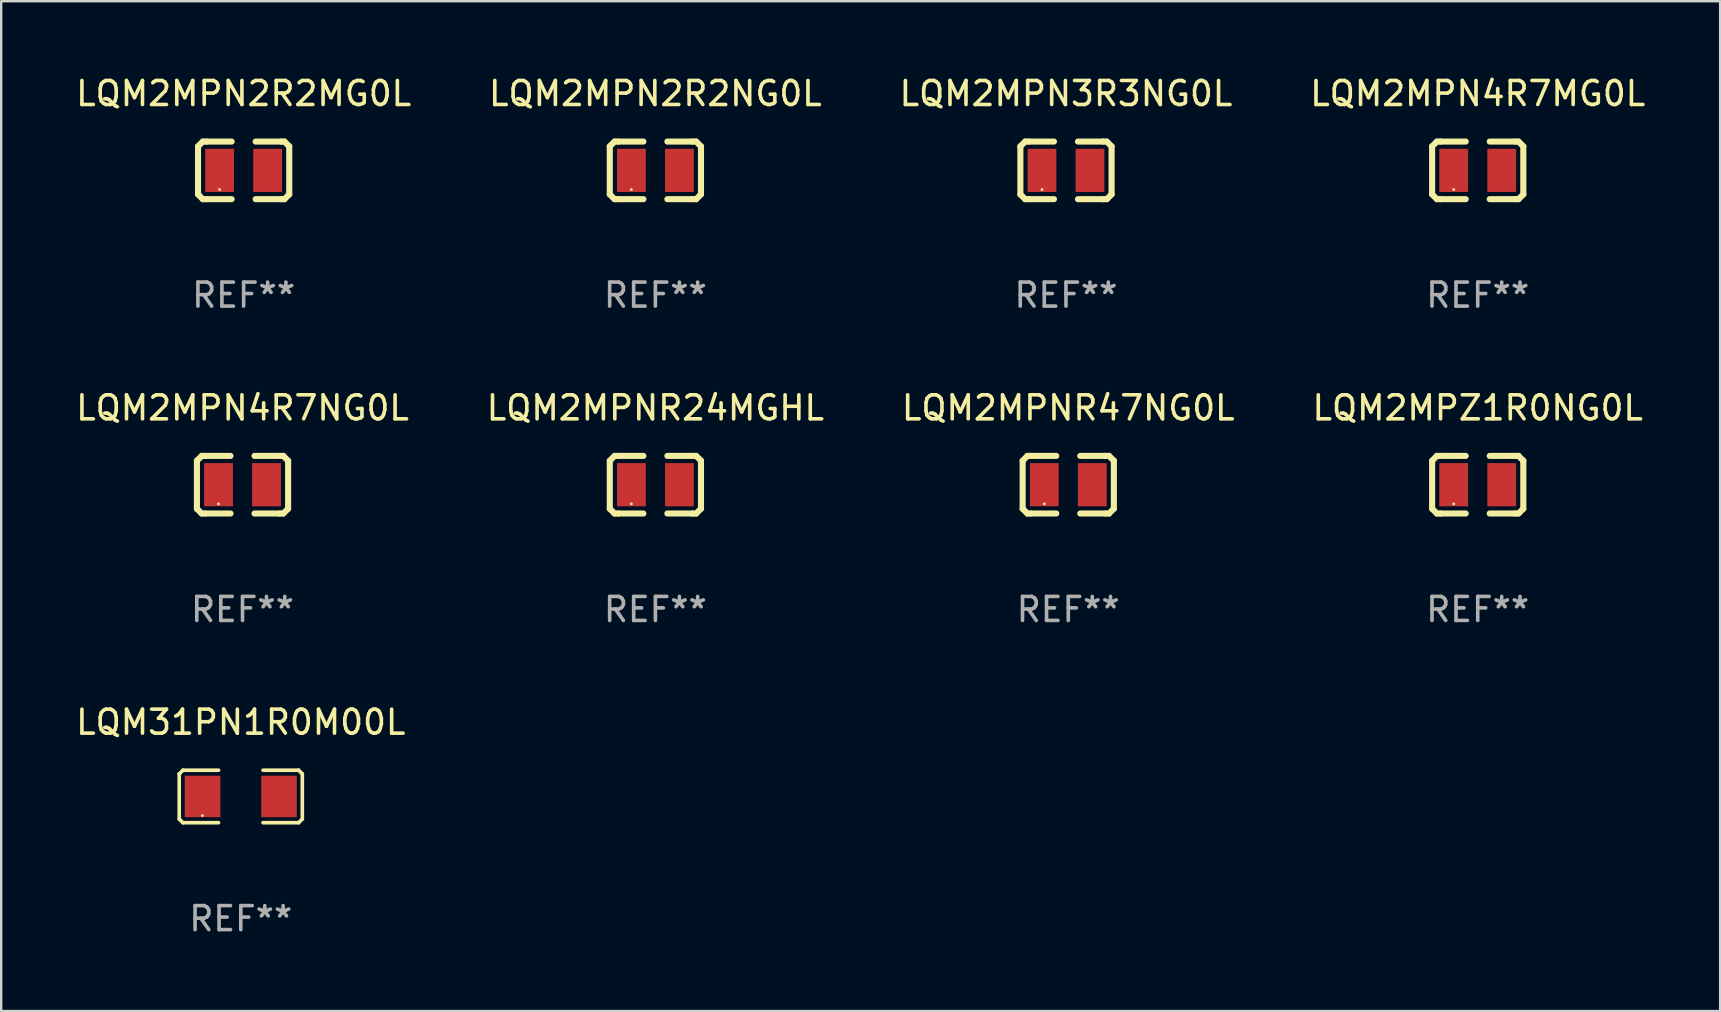
<source format=kicad_pcb>
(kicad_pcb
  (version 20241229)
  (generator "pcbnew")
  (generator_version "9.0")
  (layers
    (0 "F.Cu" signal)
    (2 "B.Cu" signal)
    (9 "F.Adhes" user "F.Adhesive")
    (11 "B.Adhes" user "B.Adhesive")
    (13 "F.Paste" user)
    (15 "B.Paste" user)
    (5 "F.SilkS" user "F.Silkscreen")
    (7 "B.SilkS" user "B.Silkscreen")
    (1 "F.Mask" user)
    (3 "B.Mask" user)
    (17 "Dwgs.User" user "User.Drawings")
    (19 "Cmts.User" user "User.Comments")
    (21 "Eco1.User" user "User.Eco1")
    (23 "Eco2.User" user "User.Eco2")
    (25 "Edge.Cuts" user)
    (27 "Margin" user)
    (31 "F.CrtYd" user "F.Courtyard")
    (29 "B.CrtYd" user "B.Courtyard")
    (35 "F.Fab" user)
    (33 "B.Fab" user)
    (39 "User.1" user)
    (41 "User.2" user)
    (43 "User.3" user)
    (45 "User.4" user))
  (footprint "LQM2MPN3R3NG0L"
    (layer "F.Cu")
    (at 41.363 4.048)
    (property "Reference" "LQM2MPN3R3NG0L" (at 0 -3.2 0) (layer "F.SilkS") (effects (font (size 1 1) (thickness 0.15))))
    (attr through_hole)
    (fp_line (start -1.9 -1) (end -1.9 1) (stroke (width 0.254) (type solid)) (layer "F.SilkS"))
    (fp_line (start -1.7 -1.2) (end -1.9 -1) (stroke (width 0.254) (type solid)) (layer "F.SilkS"))
    (fp_line (start -1.7 1.2) (end -1.9 1) (stroke (width 0.254) (type solid)) (layer "F.SilkS"))
    (fp_line (start -1.55 -1.2) (end -1.7 -1.2) (stroke (width 0.254) (type solid)) (layer "F.SilkS"))
    (fp_line (start -1.55 1.2) (end -1.7 1.2) (stroke (width 0.254) (type solid)) (layer "F.SilkS"))
    (fp_line (start -0.5 -1.2) (end -1.55 -1.2) (stroke (width 0.254) (type solid)) (layer "F.SilkS"))
    (fp_line (start -0.5 1.2) (end -1.55 1.2) (stroke (width 0.254) (type solid)) (layer "F.SilkS"))
    (fp_line (start 0.5 -1.2) (end 1.55 -1.2) (stroke (width 0.254) (type solid)) (layer "F.SilkS"))
    (fp_line (start 0.5 1.2) (end 1.55 1.2) (stroke (width 0.254) (type solid)) (layer "F.SilkS"))
    (fp_line (start 1.55 -1.2) (end 1.7 -1.2) (stroke (width 0.254) (type solid)) (layer "F.SilkS"))
    (fp_line (start 1.55 1.2) (end 1.7 1.2) (stroke (width 0.254) (type solid)) (layer "F.SilkS"))
    (fp_line (start 1.7 -1.2) (end 1.9 -1) (stroke (width 0.254) (type solid)) (layer "F.SilkS"))
    (fp_line (start 1.7 1.2) (end 1.9 1) (stroke (width 0.254) (type solid)) (layer "F.SilkS"))
    (fp_line (start 1.9 -1) (end 1.9 1) (stroke (width 0.254) (type solid)) (layer "F.SilkS"))
    (fp_circle (center -1 0.8) (end -0.97 0.8) (stroke (width 0.06) (type solid)) (fill no) (layer "F.SilkS"))
    (fp_text user "REF**" (at 0 5.2 0) (layer "F.Fab") (effects (font (size 1 1) (thickness 0.15))))
    (pad "1" smd rect (at -1 0) (size 1.2 1.8) (layers "F.Cu" "F.Mask" "F.Paste"))
    (pad "2" smd rect (at 1 0) (size 1.2 1.8) (layers "F.Cu" "F.Mask" "F.Paste")))
  (footprint "LQM2MPN4R7MG0L"
    (layer "F.Cu")
    (at 58.518 4.048)
    (property "Reference" "LQM2MPN4R7MG0L" (at 0 -3.2 0) (layer "F.SilkS") (effects (font (size 1 1) (thickness 0.15))))
    (attr through_hole)
    (fp_line (start -1.9 -1) (end -1.9 1) (stroke (width 0.254) (type solid)) (layer "F.SilkS"))
    (fp_line (start -1.7 -1.2) (end -1.9 -1) (stroke (width 0.254) (type solid)) (layer "F.SilkS"))
    (fp_line (start -1.7 1.2) (end -1.9 1) (stroke (width 0.254) (type solid)) (layer "F.SilkS"))
    (fp_line (start -1.55 -1.2) (end -1.7 -1.2) (stroke (width 0.254) (type solid)) (layer "F.SilkS"))
    (fp_line (start -1.55 1.2) (end -1.7 1.2) (stroke (width 0.254) (type solid)) (layer "F.SilkS"))
    (fp_line (start -0.5 -1.2) (end -1.55 -1.2) (stroke (width 0.254) (type solid)) (layer "F.SilkS"))
    (fp_line (start -0.5 1.2) (end -1.55 1.2) (stroke (width 0.254) (type solid)) (layer "F.SilkS"))
    (fp_line (start 0.5 -1.2) (end 1.55 -1.2) (stroke (width 0.254) (type solid)) (layer "F.SilkS"))
    (fp_line (start 0.5 1.2) (end 1.55 1.2) (stroke (width 0.254) (type solid)) (layer "F.SilkS"))
    (fp_line (start 1.55 -1.2) (end 1.7 -1.2) (stroke (width 0.254) (type solid)) (layer "F.SilkS"))
    (fp_line (start 1.55 1.2) (end 1.7 1.2) (stroke (width 0.254) (type solid)) (layer "F.SilkS"))
    (fp_line (start 1.7 -1.2) (end 1.9 -1) (stroke (width 0.254) (type solid)) (layer "F.SilkS"))
    (fp_line (start 1.7 1.2) (end 1.9 1) (stroke (width 0.254) (type solid)) (layer "F.SilkS"))
    (fp_line (start 1.9 -1) (end 1.9 1) (stroke (width 0.254) (type solid)) (layer "F.SilkS"))
    (fp_circle (center -1 0.8) (end -0.97 0.8) (stroke (width 0.06) (type solid)) (fill no) (layer "F.SilkS"))
    (fp_text user "REF**" (at 0 5.2 0) (layer "F.Fab") (effects (font (size 1 1) (thickness 0.15))))
    (pad "1" smd rect (at -1 0) (size 1.2 1.8) (layers "F.Cu" "F.Mask" "F.Paste"))
    (pad "2" smd rect (at 1 0) (size 1.2 1.8) (layers "F.Cu" "F.Mask" "F.Paste")))
  (footprint "LQM2MPNR47NG0L"
    (layer "F.Cu")
    (at 41.458 17.145)
    (property "Reference" "LQM2MPNR47NG0L" (at 0 -3.2 0) (layer "F.SilkS") (effects (font (size 1 1) (thickness 0.15))))
    (attr through_hole)
    (fp_line (start -1.9 -1) (end -1.9 1) (stroke (width 0.254) (type solid)) (layer "F.SilkS"))
    (fp_line (start -1.7 -1.2) (end -1.9 -1) (stroke (width 0.254) (type solid)) (layer "F.SilkS"))
    (fp_line (start -1.7 1.2) (end -1.9 1) (stroke (width 0.254) (type solid)) (layer "F.SilkS"))
    (fp_line (start -1.55 -1.2) (end -1.7 -1.2) (stroke (width 0.254) (type solid)) (layer "F.SilkS"))
    (fp_line (start -1.55 1.2) (end -1.7 1.2) (stroke (width 0.254) (type solid)) (layer "F.SilkS"))
    (fp_line (start -0.5 -1.2) (end -1.55 -1.2) (stroke (width 0.254) (type solid)) (layer "F.SilkS"))
    (fp_line (start -0.5 1.2) (end -1.55 1.2) (stroke (width 0.254) (type solid)) (layer "F.SilkS"))
    (fp_line (start 0.5 -1.2) (end 1.55 -1.2) (stroke (width 0.254) (type solid)) (layer "F.SilkS"))
    (fp_line (start 0.5 1.2) (end 1.55 1.2) (stroke (width 0.254) (type solid)) (layer "F.SilkS"))
    (fp_line (start 1.55 -1.2) (end 1.7 -1.2) (stroke (width 0.254) (type solid)) (layer "F.SilkS"))
    (fp_line (start 1.55 1.2) (end 1.7 1.2) (stroke (width 0.254) (type solid)) (layer "F.SilkS"))
    (fp_line (start 1.7 -1.2) (end 1.9 -1) (stroke (width 0.254) (type solid)) (layer "F.SilkS"))
    (fp_line (start 1.7 1.2) (end 1.9 1) (stroke (width 0.254) (type solid)) (layer "F.SilkS"))
    (fp_line (start 1.9 -1) (end 1.9 1) (stroke (width 0.254) (type solid)) (layer "F.SilkS"))
    (fp_circle (center -1 0.8) (end -0.97 0.8) (stroke (width 0.06) (type solid)) (fill no) (layer "F.SilkS"))
    (fp_text user "REF**" (at 0 5.2 0) (layer "F.Fab") (effects (font (size 1 1) (thickness 0.15))))
    (pad "1" smd rect (at -1 0) (size 1.2 1.8) (layers "F.Cu" "F.Mask" "F.Paste"))
    (pad "2" smd rect (at 1 0) (size 1.2 1.8) (layers "F.Cu" "F.Mask" "F.Paste")))
  (footprint "LQM2MPN4R7NG0L"
    (layer "F.Cu")
    (at 7.054 17.145)
    (property "Reference" "LQM2MPN4R7NG0L" (at 0 -3.2 0) (layer "F.SilkS") (effects (font (size 1 1) (thickness 0.15))))
    (attr through_hole)
    (fp_line (start -1.9 -1) (end -1.9 1) (stroke (width 0.254) (type solid)) (layer "F.SilkS"))
    (fp_line (start -1.7 -1.2) (end -1.9 -1) (stroke (width 0.254) (type solid)) (layer "F.SilkS"))
    (fp_line (start -1.7 1.2) (end -1.9 1) (stroke (width 0.254) (type solid)) (layer "F.SilkS"))
    (fp_line (start -1.55 -1.2) (end -1.7 -1.2) (stroke (width 0.254) (type solid)) (layer "F.SilkS"))
    (fp_line (start -1.55 1.2) (end -1.7 1.2) (stroke (width 0.254) (type solid)) (layer "F.SilkS"))
    (fp_line (start -0.5 -1.2) (end -1.55 -1.2) (stroke (width 0.254) (type solid)) (layer "F.SilkS"))
    (fp_line (start -0.5 1.2) (end -1.55 1.2) (stroke (width 0.254) (type solid)) (layer "F.SilkS"))
    (fp_line (start 0.5 -1.2) (end 1.55 -1.2) (stroke (width 0.254) (type solid)) (layer "F.SilkS"))
    (fp_line (start 0.5 1.2) (end 1.55 1.2) (stroke (width 0.254) (type solid)) (layer "F.SilkS"))
    (fp_line (start 1.55 -1.2) (end 1.7 -1.2) (stroke (width 0.254) (type solid)) (layer "F.SilkS"))
    (fp_line (start 1.55 1.2) (end 1.7 1.2) (stroke (width 0.254) (type solid)) (layer "F.SilkS"))
    (fp_line (start 1.7 -1.2) (end 1.9 -1) (stroke (width 0.254) (type solid)) (layer "F.SilkS"))
    (fp_line (start 1.7 1.2) (end 1.9 1) (stroke (width 0.254) (type solid)) (layer "F.SilkS"))
    (fp_line (start 1.9 -1) (end 1.9 1) (stroke (width 0.254) (type solid)) (layer "F.SilkS"))
    (fp_circle (center -1 0.8) (end -0.97 0.8) (stroke (width 0.06) (type solid)) (fill no) (layer "F.SilkS"))
    (fp_text user "REF**" (at 0 5.2 0) (layer "F.Fab") (effects (font (size 1 1) (thickness 0.15))))
    (pad "1" smd rect (at -1 0) (size 1.2 1.8) (layers "F.Cu" "F.Mask" "F.Paste"))
    (pad "2" smd rect (at 1 0) (size 1.2 1.8) (layers "F.Cu" "F.Mask" "F.Paste")))
  (footprint "LQM2MPZ1R0NG0L"
    (layer "F.Cu")
    (at 58.518 17.145)
    (property "Reference" "LQM2MPZ1R0NG0L" (at 0 -3.2 0) (layer "F.SilkS") (effects (font (size 1 1) (thickness 0.15))))
    (attr through_hole)
    (fp_line (start -1.9 -1) (end -1.9 1) (stroke (width 0.254) (type solid)) (layer "F.SilkS"))
    (fp_line (start -1.7 -1.2) (end -1.9 -1) (stroke (width 0.254) (type solid)) (layer "F.SilkS"))
    (fp_line (start -1.7 1.2) (end -1.9 1) (stroke (width 0.254) (type solid)) (layer "F.SilkS"))
    (fp_line (start -1.55 -1.2) (end -1.7 -1.2) (stroke (width 0.254) (type solid)) (layer "F.SilkS"))
    (fp_line (start -1.55 1.2) (end -1.7 1.2) (stroke (width 0.254) (type solid)) (layer "F.SilkS"))
    (fp_line (start -0.5 -1.2) (end -1.55 -1.2) (stroke (width 0.254) (type solid)) (layer "F.SilkS"))
    (fp_line (start -0.5 1.2) (end -1.55 1.2) (stroke (width 0.254) (type solid)) (layer "F.SilkS"))
    (fp_line (start 0.5 -1.2) (end 1.55 -1.2) (stroke (width 0.254) (type solid)) (layer "F.SilkS"))
    (fp_line (start 0.5 1.2) (end 1.55 1.2) (stroke (width 0.254) (type solid)) (layer "F.SilkS"))
    (fp_line (start 1.55 -1.2) (end 1.7 -1.2) (stroke (width 0.254) (type solid)) (layer "F.SilkS"))
    (fp_line (start 1.55 1.2) (end 1.7 1.2) (stroke (width 0.254) (type solid)) (layer "F.SilkS"))
    (fp_line (start 1.7 -1.2) (end 1.9 -1) (stroke (width 0.254) (type solid)) (layer "F.SilkS"))
    (fp_line (start 1.7 1.2) (end 1.9 1) (stroke (width 0.254) (type solid)) (layer "F.SilkS"))
    (fp_line (start 1.9 -1) (end 1.9 1) (stroke (width 0.254) (type solid)) (layer "F.SilkS"))
    (fp_circle (center -1 0.8) (end -0.97 0.8) (stroke (width 0.06) (type solid)) (fill no) (layer "F.SilkS"))
    (fp_text user "REF**" (at 0 5.2 0) (layer "F.Fab") (effects (font (size 1 1) (thickness 0.15))))
    (pad "1" smd rect (at -1 0) (size 1.2 1.8) (layers "F.Cu" "F.Mask" "F.Paste"))
    (pad "2" smd rect (at 1 0) (size 1.2 1.8) (layers "F.Cu" "F.Mask" "F.Paste")))
  (footprint "LQM2MPN2R2NG0L"
    (layer "F.Cu")
    (at 24.256 4.048)
    (property "Reference" "LQM2MPN2R2NG0L" (at 0 -3.2 0) (layer "F.SilkS") (effects (font (size 1 1) (thickness 0.15))))
    (attr through_hole)
    (fp_line (start -1.9 -1) (end -1.9 1) (stroke (width 0.254) (type solid)) (layer "F.SilkS"))
    (fp_line (start -1.7 -1.2) (end -1.9 -1) (stroke (width 0.254) (type solid)) (layer "F.SilkS"))
    (fp_line (start -1.7 1.2) (end -1.9 1) (stroke (width 0.254) (type solid)) (layer "F.SilkS"))
    (fp_line (start -1.55 -1.2) (end -1.7 -1.2) (stroke (width 0.254) (type solid)) (layer "F.SilkS"))
    (fp_line (start -1.55 1.2) (end -1.7 1.2) (stroke (width 0.254) (type solid)) (layer "F.SilkS"))
    (fp_line (start -0.5 -1.2) (end -1.55 -1.2) (stroke (width 0.254) (type solid)) (layer "F.SilkS"))
    (fp_line (start -0.5 1.2) (end -1.55 1.2) (stroke (width 0.254) (type solid)) (layer "F.SilkS"))
    (fp_line (start 0.5 -1.2) (end 1.55 -1.2) (stroke (width 0.254) (type solid)) (layer "F.SilkS"))
    (fp_line (start 0.5 1.2) (end 1.55 1.2) (stroke (width 0.254) (type solid)) (layer "F.SilkS"))
    (fp_line (start 1.55 -1.2) (end 1.7 -1.2) (stroke (width 0.254) (type solid)) (layer "F.SilkS"))
    (fp_line (start 1.55 1.2) (end 1.7 1.2) (stroke (width 0.254) (type solid)) (layer "F.SilkS"))
    (fp_line (start 1.7 -1.2) (end 1.9 -1) (stroke (width 0.254) (type solid)) (layer "F.SilkS"))
    (fp_line (start 1.7 1.2) (end 1.9 1) (stroke (width 0.254) (type solid)) (layer "F.SilkS"))
    (fp_line (start 1.9 -1) (end 1.9 1) (stroke (width 0.254) (type solid)) (layer "F.SilkS"))
    (fp_circle (center -1 0.8) (end -0.97 0.8) (stroke (width 0.06) (type solid)) (fill no) (layer "F.SilkS"))
    (fp_text user "REF**" (at 0 5.2 0) (layer "F.Fab") (effects (font (size 1 1) (thickness 0.15))))
    (pad "1" smd rect (at -1 0) (size 1.2 1.8) (layers "F.Cu" "F.Mask" "F.Paste"))
    (pad "2" smd rect (at 1 0) (size 1.2 1.8) (layers "F.Cu" "F.Mask" "F.Paste")))
  (footprint "LQM2MPNR24MGHL"
    (layer "F.Cu")
    (at 24.256 17.145)
    (property "Reference" "LQM2MPNR24MGHL" (at 0 -3.2 0) (layer "F.SilkS") (effects (font (size 1 1) (thickness 0.15))))
    (attr through_hole)
    (fp_line (start -1.9 -1) (end -1.9 1) (stroke (width 0.254) (type solid)) (layer "F.SilkS"))
    (fp_line (start -1.7 -1.2) (end -1.9 -1) (stroke (width 0.254) (type solid)) (layer "F.SilkS"))
    (fp_line (start -1.7 1.2) (end -1.9 1) (stroke (width 0.254) (type solid)) (layer "F.SilkS"))
    (fp_line (start -1.55 -1.2) (end -1.7 -1.2) (stroke (width 0.254) (type solid)) (layer "F.SilkS"))
    (fp_line (start -1.55 1.2) (end -1.7 1.2) (stroke (width 0.254) (type solid)) (layer "F.SilkS"))
    (fp_line (start -0.5 -1.2) (end -1.55 -1.2) (stroke (width 0.254) (type solid)) (layer "F.SilkS"))
    (fp_line (start -0.5 1.2) (end -1.55 1.2) (stroke (width 0.254) (type solid)) (layer "F.SilkS"))
    (fp_line (start 0.5 -1.2) (end 1.55 -1.2) (stroke (width 0.254) (type solid)) (layer "F.SilkS"))
    (fp_line (start 0.5 1.2) (end 1.55 1.2) (stroke (width 0.254) (type solid)) (layer "F.SilkS"))
    (fp_line (start 1.55 -1.2) (end 1.7 -1.2) (stroke (width 0.254) (type solid)) (layer "F.SilkS"))
    (fp_line (start 1.55 1.2) (end 1.7 1.2) (stroke (width 0.254) (type solid)) (layer "F.SilkS"))
    (fp_line (start 1.7 -1.2) (end 1.9 -1) (stroke (width 0.254) (type solid)) (layer "F.SilkS"))
    (fp_line (start 1.7 1.2) (end 1.9 1) (stroke (width 0.254) (type solid)) (layer "F.SilkS"))
    (fp_line (start 1.9 -1) (end 1.9 1) (stroke (width 0.254) (type solid)) (layer "F.SilkS"))
    (fp_circle (center -1 0.8) (end -0.97 0.8) (stroke (width 0.06) (type solid)) (fill no) (layer "F.SilkS"))
    (fp_text user "REF**" (at 0 5.2 0) (layer "F.Fab") (effects (font (size 1 1) (thickness 0.15))))
    (pad "1" smd rect (at -1 0) (size 1.2 1.8) (layers "F.Cu" "F.Mask" "F.Paste"))
    (pad "2" smd rect (at 1 0) (size 1.2 1.8) (layers "F.Cu" "F.Mask" "F.Paste")))
  (footprint "LQM2MPN2R2MG0L"
    (layer "F.Cu")
    (at 7.101 4.048)
    (property "Reference" "LQM2MPN2R2MG0L" (at 0 -3.2 0) (layer "F.SilkS") (effects (font (size 1 1) (thickness 0.15))))
    (attr through_hole)
    (fp_line (start -1.9 -1) (end -1.9 1) (stroke (width 0.254) (type solid)) (layer "F.SilkS"))
    (fp_line (start -1.7 -1.2) (end -1.9 -1) (stroke (width 0.254) (type solid)) (layer "F.SilkS"))
    (fp_line (start -1.7 1.2) (end -1.9 1) (stroke (width 0.254) (type solid)) (layer "F.SilkS"))
    (fp_line (start -1.55 -1.2) (end -1.7 -1.2) (stroke (width 0.254) (type solid)) (layer "F.SilkS"))
    (fp_line (start -1.55 1.2) (end -1.7 1.2) (stroke (width 0.254) (type solid)) (layer "F.SilkS"))
    (fp_line (start -0.5 -1.2) (end -1.55 -1.2) (stroke (width 0.254) (type solid)) (layer "F.SilkS"))
    (fp_line (start -0.5 1.2) (end -1.55 1.2) (stroke (width 0.254) (type solid)) (layer "F.SilkS"))
    (fp_line (start 0.5 -1.2) (end 1.55 -1.2) (stroke (width 0.254) (type solid)) (layer "F.SilkS"))
    (fp_line (start 0.5 1.2) (end 1.55 1.2) (stroke (width 0.254) (type solid)) (layer "F.SilkS"))
    (fp_line (start 1.55 -1.2) (end 1.7 -1.2) (stroke (width 0.254) (type solid)) (layer "F.SilkS"))
    (fp_line (start 1.55 1.2) (end 1.7 1.2) (stroke (width 0.254) (type solid)) (layer "F.SilkS"))
    (fp_line (start 1.7 -1.2) (end 1.9 -1) (stroke (width 0.254) (type solid)) (layer "F.SilkS"))
    (fp_line (start 1.7 1.2) (end 1.9 1) (stroke (width 0.254) (type solid)) (layer "F.SilkS"))
    (fp_line (start 1.9 -1) (end 1.9 1) (stroke (width 0.254) (type solid)) (layer "F.SilkS"))
    (fp_circle (center -1 0.8) (end -0.97 0.8) (stroke (width 0.06) (type solid)) (fill no) (layer "F.SilkS"))
    (fp_text user "REF**" (at 0 5.2 0) (layer "F.Fab") (effects (font (size 1 1) (thickness 0.15))))
    (pad "1" smd rect (at -1 0) (size 1.2 1.8) (layers "F.Cu" "F.Mask" "F.Paste"))
    (pad "2" smd rect (at 1 0) (size 1.2 1.8) (layers "F.Cu" "F.Mask" "F.Paste")))
  (footprint "LQM31PN1R0M00L"
    (layer "F.Cu")
    (at 6.982 30.134)
    (property "Reference" "LQM31PN1R0M00L" (at 0 -3.093 0) (layer "F.SilkS") (effects (font (size 1 1) (thickness 0.15))))
    (attr through_hole)
    (fp_line (start -2.564 -0.94) (end -2.411 -1.093) (stroke (width 0.152) (type solid)) (layer "F.SilkS"))
    (fp_line (start -2.564 0.94) (end -2.564 -0.94) (stroke (width 0.152) (type solid)) (layer "F.SilkS"))
    (fp_line (start -2.411 -1.093) (end -0.926 -1.093) (stroke (width 0.152) (type solid)) (layer "F.SilkS"))
    (fp_line (start -2.411 1.093) (end -2.564 0.94) (stroke (width 0.152) (type solid)) (layer "F.SilkS"))
    (fp_line (start -0.926 1.093) (end -2.411 1.093) (stroke (width 0.152) (type solid)) (layer "F.SilkS"))
    (fp_line (start 0.926 1.093) (end 2.411 1.093) (stroke (width 0.152) (type solid)) (layer "F.SilkS"))
    (fp_line (start 2.411 -1.093) (end 0.926 -1.093) (stroke (width 0.152) (type solid)) (layer "F.SilkS"))
    (fp_line (start 2.411 1.093) (end 2.564 0.94) (stroke (width 0.152) (type solid)) (layer "F.SilkS"))
    (fp_line (start 2.564 -0.94) (end 2.411 -1.093) (stroke (width 0.152) (type solid)) (layer "F.SilkS"))
    (fp_line (start 2.564 0.94) (end 2.564 -0.94) (stroke (width 0.152) (type solid)) (layer "F.SilkS"))
    (fp_circle (center -1.6 0.8) (end -1.57 0.8) (stroke (width 0.06) (type solid)) (fill no) (layer "F.SilkS"))
    (fp_text user "REF**" (at 0 5.093 0) (layer "F.Fab") (effects (font (size 1 1) (thickness 0.15))))
    (pad "1" smd rect (at -1.593 0) (size 1.485 1.728) (layers "F.Cu" "F.Mask" "F.Paste"))
    (pad "2" smd rect (at 1.593 0) (size 1.485 1.728) (layers "F.Cu" "F.Mask" "F.Paste")))
  (gr_rect
    (start -3 -3)
    (end 68.619 39.075)
    (stroke (width 0.1) (type default))
    (fill no)
    (layer "Edge.Cuts")))
</source>
